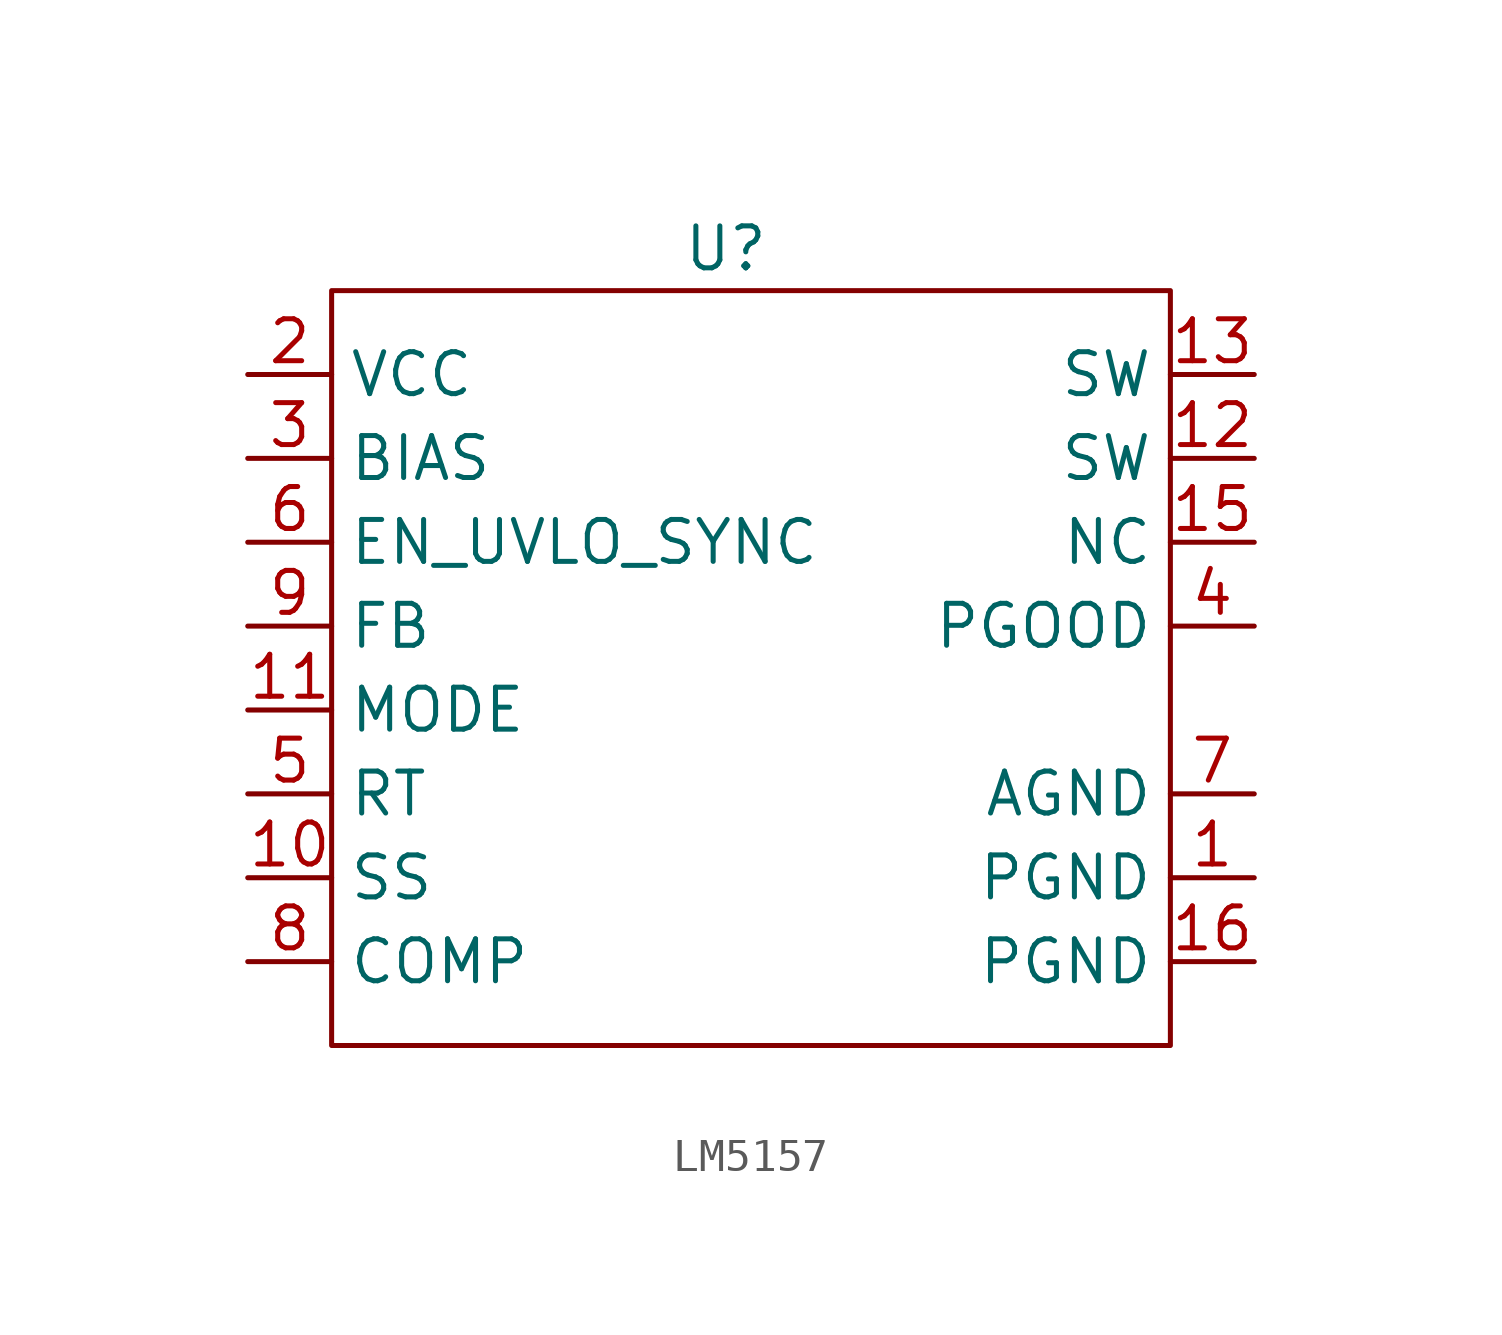
<source format=kicad_sym>
(kicad_symbol_lib
  (version 20241209)
  (generator "kicad_symbol_editor")
  (generator_version "9.0")
  (symbol "LM5157"
    (property "Reference" "U"
      (at 5.588 3.81 0)
      (effects (font (size 1.27 1.27))))
    (property "Value" ""
      (at 0 0 0)
      (effects (font (size 1.27 1.27))))
    (symbol "LM5157_0_1"
      (rectangle (start -6.35 2.54) (end 19.05 -20.32) (stroke (width 0) (type default)) (fill (type none))))
    (symbol "LM5157_1_1"
      (pin input line (at -8.89 0 0) (length 2.54) (name "VCC" (effects (font (size 1.27 1.27)))) (number "2" (effects (font (size 1.27 1.27)))))
      (pin input line (at -8.89 -2.54 0) (length 2.54) (name "BIAS" (effects (font (size 1.27 1.27)))) (number "3" (effects (font (size 1.27 1.27)))))
      (pin input line (at -8.89 -5.08 0) (length 2.54) (name "EN_UVLO_SYNC" (effects (font (size 1.27 1.27)))) (number "6" (effects (font (size 1.27 1.27)))))
      (pin input line (at -8.89 -7.62 0) (length 2.54) (name "FB" (effects (font (size 1.27 1.27)))) (number "9" (effects (font (size 1.27 1.27)))))
      (pin input line (at -8.89 -10.16 0) (length 2.54) (name "MODE" (effects (font (size 1.27 1.27)))) (number "11" (effects (font (size 1.27 1.27)))))
      (pin input line (at -8.89 -12.7 0) (length 2.54) (name "RT" (effects (font (size 1.27 1.27)))) (number "5" (effects (font (size 1.27 1.27)))))
      (pin input line (at -8.89 -15.24 0) (length 2.54) (name "SS" (effects (font (size 1.27 1.27)))) (number "10" (effects (font (size 1.27 1.27)))))
      (pin input line (at -8.89 -17.78 0) (length 2.54) (name "COMP" (effects (font (size 1.27 1.27)))) (number "8" (effects (font (size 1.27 1.27)))))
      (pin input line (at 21.59 0 180) (length 2.54) (name "SW" (effects (font (size 1.27 1.27)))) (number "13" (effects (font (size 1.27 1.27)))))
      (pin input line (at 21.59 -2.54 180) (length 2.54) (name "SW" (effects (font (size 1.27 1.27)))) (number "12" (effects (font (size 1.27 1.27)))))
      (pin input line (at 21.59 -5.08 180) (length 2.54) (name "NC" (effects (font (size 1.27 1.27)))) (number "15" (effects (font (size 1.27 1.27)))))
      (pin input line (at 21.59 -7.62 180) (length 2.54) (name "PGOOD" (effects (font (size 1.27 1.27)))) (number "4" (effects (font (size 1.27 1.27)))))
      (pin input line (at 21.59 -12.7 180) (length 2.54) (name "AGND" (effects (font (size 1.27 1.27)))) (number "7" (effects (font (size 1.27 1.27)))))
      (pin input line (at 21.59 -15.24 180) (length 2.54) (name "PGND" (effects (font (size 1.27 1.27)))) (number "1" (effects (font (size 1.27 1.27)))))
      (pin input line (at 21.59 -17.78 180) (length 2.54) (name "PGND" (effects (font (size 1.27 1.27)))) (number "16" (effects (font (size 1.27 1.27))))))))
</source>
